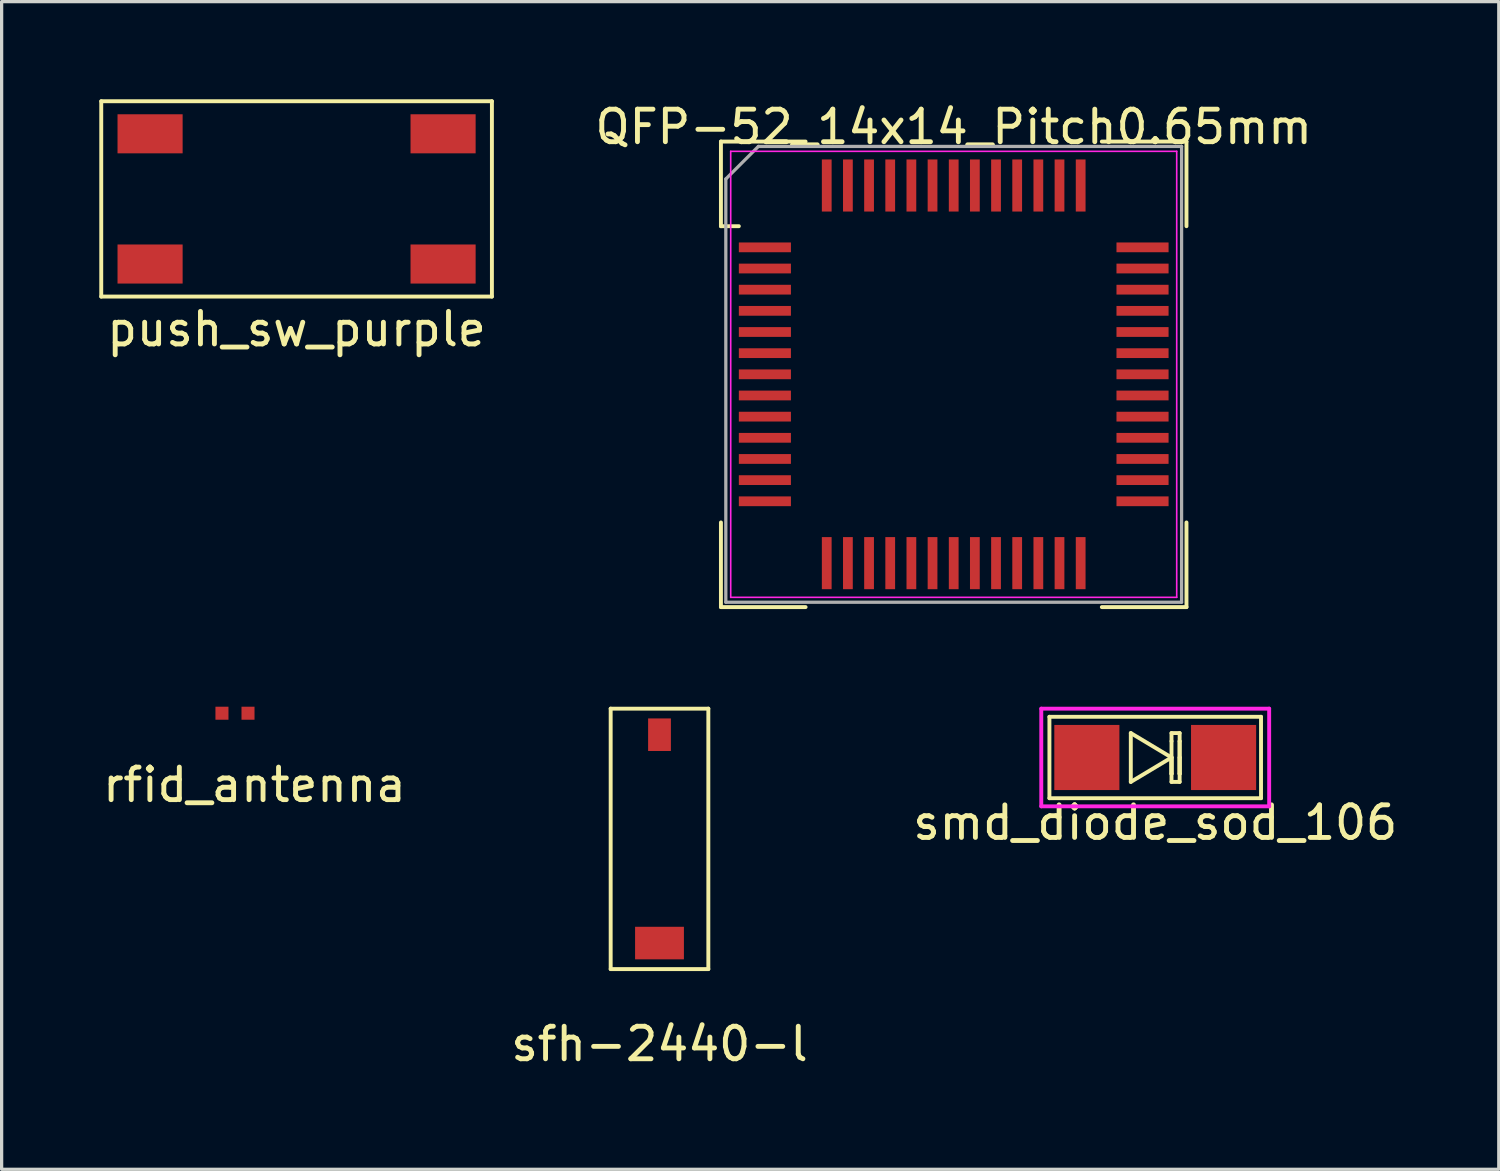
<source format=kicad_pcb>
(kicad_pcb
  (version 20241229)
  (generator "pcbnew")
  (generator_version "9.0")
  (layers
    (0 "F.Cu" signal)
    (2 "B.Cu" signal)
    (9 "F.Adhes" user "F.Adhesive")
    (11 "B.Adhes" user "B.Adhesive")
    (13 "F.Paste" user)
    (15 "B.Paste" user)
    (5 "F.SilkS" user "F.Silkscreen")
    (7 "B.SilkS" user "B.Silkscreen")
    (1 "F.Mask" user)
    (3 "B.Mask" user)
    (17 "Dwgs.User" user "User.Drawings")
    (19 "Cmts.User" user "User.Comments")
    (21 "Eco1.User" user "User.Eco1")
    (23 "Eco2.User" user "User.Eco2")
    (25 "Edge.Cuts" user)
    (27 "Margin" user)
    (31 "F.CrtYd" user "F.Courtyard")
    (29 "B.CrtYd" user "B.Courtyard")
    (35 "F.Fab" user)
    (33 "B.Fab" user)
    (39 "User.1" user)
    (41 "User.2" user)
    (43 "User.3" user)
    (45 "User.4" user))
  (footprint "QFP-52_14x14_Pitch0.65mm"
    (layer "F.Cu")
    (at 26.245 8.448)
    (property "Reference" "QFP-52_14x14_Pitch0.65mm" (at 0 -7.6 0) (layer "F.SilkS") (effects (font (size 1 1) (thickness 0.15))))
    (attr through_hole)
    (fp_line (start -7.15 -7.15) (end -7.15 -4.55) (stroke (width 0.12) (type solid)) (layer "F.SilkS"))
    (fp_line (start -7.15 -4.55) (end -6.6 -4.55) (stroke (width 0.12) (type solid)) (layer "F.SilkS"))
    (fp_line (start -7.15 7.15) (end -7.15 4.55) (stroke (width 0.12) (type solid)) (layer "F.SilkS"))
    (fp_line (start -4.55 -7.15) (end -7.15 -7.15) (stroke (width 0.12) (type solid)) (layer "F.SilkS"))
    (fp_line (start -4.55 7.15) (end -7.15 7.15) (stroke (width 0.12) (type solid)) (layer "F.SilkS"))
    (fp_line (start 4.55 -7.15) (end 7.15 -7.15) (stroke (width 0.12) (type solid)) (layer "F.SilkS"))
    (fp_line (start 4.55 7.15) (end 7.15 7.15) (stroke (width 0.12) (type solid)) (layer "F.SilkS"))
    (fp_line (start 7.15 -7.15) (end 7.15 -4.55) (stroke (width 0.12) (type solid)) (layer "F.SilkS"))
    (fp_line (start 7.15 7.15) (end 7.15 4.55) (stroke (width 0.12) (type solid)) (layer "F.SilkS"))
    (fp_line (start -6.85 -6.85) (end 6.85 -6.85) (stroke (width 0.05) (type solid)) (layer "F.CrtYd"))
    (fp_line (start -6.85 6.85) (end -6.85 -6.85) (stroke (width 0.05) (type solid)) (layer "F.CrtYd"))
    (fp_line (start 6.85 -6.85) (end 6.85 6.85) (stroke (width 0.05) (type solid)) (layer "F.CrtYd"))
    (fp_line (start 6.85 6.85) (end -6.85 6.85) (stroke (width 0.05) (type solid)) (layer "F.CrtYd"))
    (fp_line (start -7 -6) (end -7 7) (stroke (width 0.1) (type solid)) (layer "F.Fab"))
    (fp_line (start -7 7) (end 7 7) (stroke (width 0.1) (type solid)) (layer "F.Fab"))
    (fp_line (start -6 -7) (end -7 -6) (stroke (width 0.1) (type solid)) (layer "F.Fab"))
    (fp_line (start 7 -7) (end -6 -7) (stroke (width 0.1) (type solid)) (layer "F.Fab"))
    (fp_line (start 7 7) (end 7 -7) (stroke (width 0.1) (type solid)) (layer "F.Fab"))
    (pad "1" smd rect (at -5.8 -3.9 90) (size 0.3 1.6) (layers "F.Cu" "F.Mask" "F.Paste"))
    (pad "2" smd rect (at -5.8 -3.25 90) (size 0.3 1.6) (layers "F.Cu" "F.Mask" "F.Paste"))
    (pad "3" smd rect (at -5.8 -2.6 90) (size 0.3 1.6) (layers "F.Cu" "F.Mask" "F.Paste"))
    (pad "4" smd rect (at -5.8 -1.95 90) (size 0.3 1.6) (layers "F.Cu" "F.Mask" "F.Paste"))
    (pad "5" smd rect (at -5.8 -1.3 90) (size 0.3 1.6) (layers "F.Cu" "F.Mask" "F.Paste"))
    (pad "6" smd rect (at -5.8 -0.65 90) (size 0.3 1.6) (layers "F.Cu" "F.Mask" "F.Paste"))
    (pad "7" smd rect (at -5.8 0 90) (size 0.3 1.6) (layers "F.Cu" "F.Mask" "F.Paste"))
    (pad "8" smd rect (at -5.8 0.65 90) (size 0.3 1.6) (layers "F.Cu" "F.Mask" "F.Paste"))
    (pad "9" smd rect (at -5.8 1.3 90) (size 0.3 1.6) (layers "F.Cu" "F.Mask" "F.Paste"))
    (pad "10" smd rect (at -5.8 1.95 90) (size 0.3 1.6) (layers "F.Cu" "F.Mask" "F.Paste"))
    (pad "11" smd rect (at -5.8 2.6 90) (size 0.3 1.6) (layers "F.Cu" "F.Mask" "F.Paste"))
    (pad "12" smd rect (at -5.8 3.25 90) (size 0.3 1.6) (layers "F.Cu" "F.Mask" "F.Paste"))
    (pad "13" smd rect (at -5.8 3.9 90) (size 0.3 1.6) (layers "F.Cu" "F.Mask" "F.Paste"))
    (pad "14" smd rect (at -3.9 5.8) (size 0.3 1.6) (layers "F.Cu" "F.Mask" "F.Paste"))
    (pad "15" smd rect (at -3.25 5.8) (size 0.3 1.6) (layers "F.Cu" "F.Mask" "F.Paste"))
    (pad "16" smd rect (at -2.6 5.8) (size 0.3 1.6) (layers "F.Cu" "F.Mask" "F.Paste"))
    (pad "17" smd rect (at -1.95 5.8) (size 0.3 1.6) (layers "F.Cu" "F.Mask" "F.Paste"))
    (pad "18" smd rect (at -1.3 5.8) (size 0.3 1.6) (layers "F.Cu" "F.Mask" "F.Paste"))
    (pad "19" smd rect (at -0.65 5.8) (size 0.3 1.6) (layers "F.Cu" "F.Mask" "F.Paste"))
    (pad "20" smd rect (at 0 5.8) (size 0.3 1.6) (layers "F.Cu" "F.Mask" "F.Paste"))
    (pad "21" smd rect (at 0.65 5.8) (size 0.3 1.6) (layers "F.Cu" "F.Mask" "F.Paste"))
    (pad "22" smd rect (at 1.3 5.8) (size 0.3 1.6) (layers "F.Cu" "F.Mask" "F.Paste"))
    (pad "23" smd rect (at 1.95 5.8) (size 0.3 1.6) (layers "F.Cu" "F.Mask" "F.Paste"))
    (pad "24" smd rect (at 2.6 5.8) (size 0.3 1.6) (layers "F.Cu" "F.Mask" "F.Paste"))
    (pad "25" smd rect (at 3.25 5.8) (size 0.3 1.6) (layers "F.Cu" "F.Mask" "F.Paste"))
    (pad "26" smd rect (at 3.9 5.8) (size 0.3 1.6) (layers "F.Cu" "F.Mask" "F.Paste"))
    (pad "27" smd rect (at 5.8 3.9 90) (size 0.3 1.6) (layers "F.Cu" "F.Mask" "F.Paste"))
    (pad "28" smd rect (at 5.8 3.25 90) (size 0.3 1.6) (layers "F.Cu" "F.Mask" "F.Paste"))
    (pad "29" smd rect (at 5.8 2.6 90) (size 0.3 1.6) (layers "F.Cu" "F.Mask" "F.Paste"))
    (pad "30" smd rect (at 5.8 1.95 90) (size 0.3 1.6) (layers "F.Cu" "F.Mask" "F.Paste"))
    (pad "31" smd rect (at 5.8 1.3 90) (size 0.3 1.6) (layers "F.Cu" "F.Mask" "F.Paste"))
    (pad "32" smd rect (at 5.8 0.65 90) (size 0.3 1.6) (layers "F.Cu" "F.Mask" "F.Paste"))
    (pad "33" smd rect (at 5.8 0 90) (size 0.3 1.6) (layers "F.Cu" "F.Mask" "F.Paste"))
    (pad "34" smd rect (at 5.8 -0.65 90) (size 0.3 1.6) (layers "F.Cu" "F.Mask" "F.Paste"))
    (pad "35" smd rect (at 5.8 -1.3 90) (size 0.3 1.6) (layers "F.Cu" "F.Mask" "F.Paste"))
    (pad "36" smd rect (at 5.8 -1.95 90) (size 0.3 1.6) (layers "F.Cu" "F.Mask" "F.Paste"))
    (pad "37" smd rect (at 5.8 -2.6 90) (size 0.3 1.6) (layers "F.Cu" "F.Mask" "F.Paste"))
    (pad "38" smd rect (at 5.8 -3.25 90) (size 0.3 1.6) (layers "F.Cu" "F.Mask" "F.Paste"))
    (pad "39" smd rect (at 5.8 -3.9 90) (size 0.3 1.6) (layers "F.Cu" "F.Mask" "F.Paste"))
    (pad "40" smd rect (at 3.9 -5.8) (size 0.3 1.6) (layers "F.Cu" "F.Mask" "F.Paste"))
    (pad "41" smd rect (at 3.25 -5.8) (size 0.3 1.6) (layers "F.Cu" "F.Mask" "F.Paste"))
    (pad "42" smd rect (at 2.6 -5.8) (size 0.3 1.6) (layers "F.Cu" "F.Mask" "F.Paste"))
    (pad "43" smd rect (at 1.95 -5.8) (size 0.3 1.6) (layers "F.Cu" "F.Mask" "F.Paste"))
    (pad "44" smd rect (at 1.3 -5.8) (size 0.3 1.6) (layers "F.Cu" "F.Mask" "F.Paste"))
    (pad "45" smd rect (at 0.65 -5.8) (size 0.3 1.6) (layers "F.Cu" "F.Mask" "F.Paste"))
    (pad "46" smd rect (at 0 -5.8) (size 0.3 1.6) (layers "F.Cu" "F.Mask" "F.Paste"))
    (pad "47" smd rect (at -0.65 -5.8) (size 0.3 1.6) (layers "F.Cu" "F.Mask" "F.Paste"))
    (pad "48" smd rect (at -1.3 -5.8) (size 0.3 1.6) (layers "F.Cu" "F.Mask" "F.Paste"))
    (pad "49" smd rect (at -1.95 -5.8) (size 0.3 1.6) (layers "F.Cu" "F.Mask" "F.Paste"))
    (pad "50" smd rect (at -2.6 -5.8) (size 0.3 1.6) (layers "F.Cu" "F.Mask" "F.Paste"))
    (pad "51" smd rect (at -3.25 -5.8) (size 0.3 1.6) (layers "F.Cu" "F.Mask" "F.Paste"))
    (pad "52" smd rect (at -3.9 -5.8) (size 0.3 1.6) (layers "F.Cu" "F.Mask" "F.Paste")))
  (footprint "smd_diode_sod_106"
    (layer "F.Cu")
    (at 32.435 20.218)
    (property "Reference" "smd_diode_sod_106" (at 0 2 0) (layer "F.SilkS") (effects (font (size 1 1) (thickness 0.15))))
    (attr through_hole)
    (fp_line (start -3.25 -1.25) (end 3.25 -1.25) (stroke (width 0.12) (type solid)) (layer "F.SilkS"))
    (fp_line (start -3.25 1.25) (end -3.25 -1.25) (stroke (width 0.12) (type solid)) (layer "F.SilkS"))
    (fp_line (start -0.75 -0.75) (end -0.75 0.75) (stroke (width 0.12) (type solid)) (layer "F.SilkS"))
    (fp_line (start -0.75 0.75) (end 0.5 0) (stroke (width 0.12) (type solid)) (layer "F.SilkS"))
    (fp_line (start 0.5 -0.75) (end 0.75 -0.75) (stroke (width 0.12) (type solid)) (layer "F.SilkS"))
    (fp_line (start 0.5 -0.5) (end 0.5 -0.75) (stroke (width 0.12) (type solid)) (layer "F.SilkS"))
    (fp_line (start 0.5 -0.5) (end 0.5 0.5) (stroke (width 0.12) (type solid)) (layer "F.SilkS"))
    (fp_line (start 0.5 0) (end -0.75 -0.75) (stroke (width 0.12) (type solid)) (layer "F.SilkS"))
    (fp_line (start 0.5 0) (end 0.5 0.5) (stroke (width 0.12) (type solid)) (layer "F.SilkS"))
    (fp_line (start 0.5 0.5) (end 0.5 0) (stroke (width 0.12) (type solid)) (layer "F.SilkS"))
    (fp_line (start 0.5 0.75) (end 0.5 0.5) (stroke (width 0.12) (type solid)) (layer "F.SilkS"))
    (fp_line (start 0.75 -0.75) (end 0.75 -0.5) (stroke (width 0.12) (type solid)) (layer "F.SilkS"))
    (fp_line (start 0.75 -0.5) (end 0.75 0.5) (stroke (width 0.12) (type solid)) (layer "F.SilkS"))
    (fp_line (start 0.75 0) (end 0.75 -0.5) (stroke (width 0.12) (type solid)) (layer "F.SilkS"))
    (fp_line (start 0.75 0) (end 0.75 0.5) (stroke (width 0.12) (type solid)) (layer "F.SilkS"))
    (fp_line (start 0.75 0.5) (end 0.75 0) (stroke (width 0.12) (type solid)) (layer "F.SilkS"))
    (fp_line (start 0.75 0.5) (end 0.75 0.75) (stroke (width 0.12) (type solid)) (layer "F.SilkS"))
    (fp_line (start 0.75 0.75) (end 0.5 0.75) (stroke (width 0.12) (type solid)) (layer "F.SilkS"))
    (fp_line (start 3.25 -1.25) (end 3.25 1.25) (stroke (width 0.12) (type solid)) (layer "F.SilkS"))
    (fp_line (start 3.25 1.25) (end -3.25 1.25) (stroke (width 0.12) (type solid)) (layer "F.SilkS"))
    (fp_line (start -3.5 -1.5) (end 3.5 -1.5) (stroke (width 0.12) (type solid)) (layer "F.CrtYd"))
    (fp_line (start -3.5 1.5) (end -3.5 -1.5) (stroke (width 0.12) (type solid)) (layer "F.CrtYd"))
    (fp_line (start 3.5 -1.5) (end 3.5 1.5) (stroke (width 0.12) (type solid)) (layer "F.CrtYd"))
    (fp_line (start 3.5 1.5) (end -3.5 1.5) (stroke (width 0.12) (type solid)) (layer "F.CrtYd"))
    (pad "1" smd rect (at 2.1 0) (size 2 2) (layers "F.Cu" "F.Mask" "F.Paste"))
    (pad "2" smd rect (at -2.1 0) (size 2 2) (layers "F.Cu" "F.Mask" "F.Paste")))
  (footprint "push_sw_purple"
    (layer "F.Cu")
    (at 6.06 3.06)
    (property "Reference" "push_sw_purple" (at 0 4 0) (layer "F.SilkS") (effects (font (size 1 1) (thickness 0.15))))
    (attr through_hole)
    (fp_line (start -6 -3) (end 6 -3) (stroke (width 0.12) (type solid)) (layer "F.SilkS"))
    (fp_line (start -6 3) (end -6 -3) (stroke (width 0.12) (type solid)) (layer "F.SilkS"))
    (fp_line (start 6 -3) (end 6 3) (stroke (width 0.12) (type solid)) (layer "F.SilkS"))
    (fp_line (start 6 3) (end -6 3) (stroke (width 0.12) (type solid)) (layer "F.SilkS"))
    (pad "1" smd rect (at -4.5 -2) (size 2 1.2) (layers "F.Cu" "F.Mask" "F.Paste"))
    (pad "1" smd rect (at 4.5 -2) (size 2 1.2) (layers "F.Cu" "F.Mask" "F.Paste"))
    (pad "2" smd rect (at -4.5 2) (size 2 1.2) (layers "F.Cu" "F.Mask" "F.Paste"))
    (pad "2" smd rect (at 4.5 2) (size 2 1.2) (layers "F.Cu" "F.Mask" "F.Paste")))
  (footprint "sfh-2440-l"
    (layer "F.Cu")
    (at 17.208 22.718)
    (property "Reference" "sfh-2440-l" (at 0 6.3 0) (layer "F.SilkS") (effects (font (size 1 1) (thickness 0.15))))
    (attr through_hole)
    (fp_line (start -1.5 -4) (end 1.5 -4) (stroke (width 0.12) (type solid)) (layer "F.SilkS"))
    (fp_line (start -1.5 4) (end -1.5 -4) (stroke (width 0.12) (type solid)) (layer "F.SilkS"))
    (fp_line (start 1.5 4) (end -1.5 4) (stroke (width 0.12) (type solid)) (layer "F.SilkS"))
    (fp_line (start 1.5 4) (end 1.5 -4) (stroke (width 0.12) (type solid)) (layer "F.SilkS"))
    (pad "1" smd rect (at 0 3.2) (size 1.5 1) (layers "F.Cu" "F.Mask" "F.Paste"))
    (pad "2" smd rect (at 0 -3.2) (size 0.7 1) (layers "F.Cu" "F.Mask" "F.Paste")))
  (footprint "rfid_antenna"
    (layer "F.Cu")
    (at 5.318 21.358)
    (property "Reference" "rfid_antenna" (at -0.55 -0.3 0) (layer "F.SilkS") (effects (font (size 1 1) (thickness 0.15))))
    (attr through_hole)
    (pad "1" connect rect (at -1.55 -2.5) (size 0.4 0.4) (layers "F.Cu" "F.Mask"))
    (pad "2" connect rect (at -0.75 -2.5) (size 0.4 0.4) (layers "F.Cu" "F.Mask")))
  (gr_rect
    (start -3 -3)
    (end 42.988 32.867)
    (stroke (width 0.1) (type default))
    (fill no)
    (layer "Edge.Cuts")))
</source>
